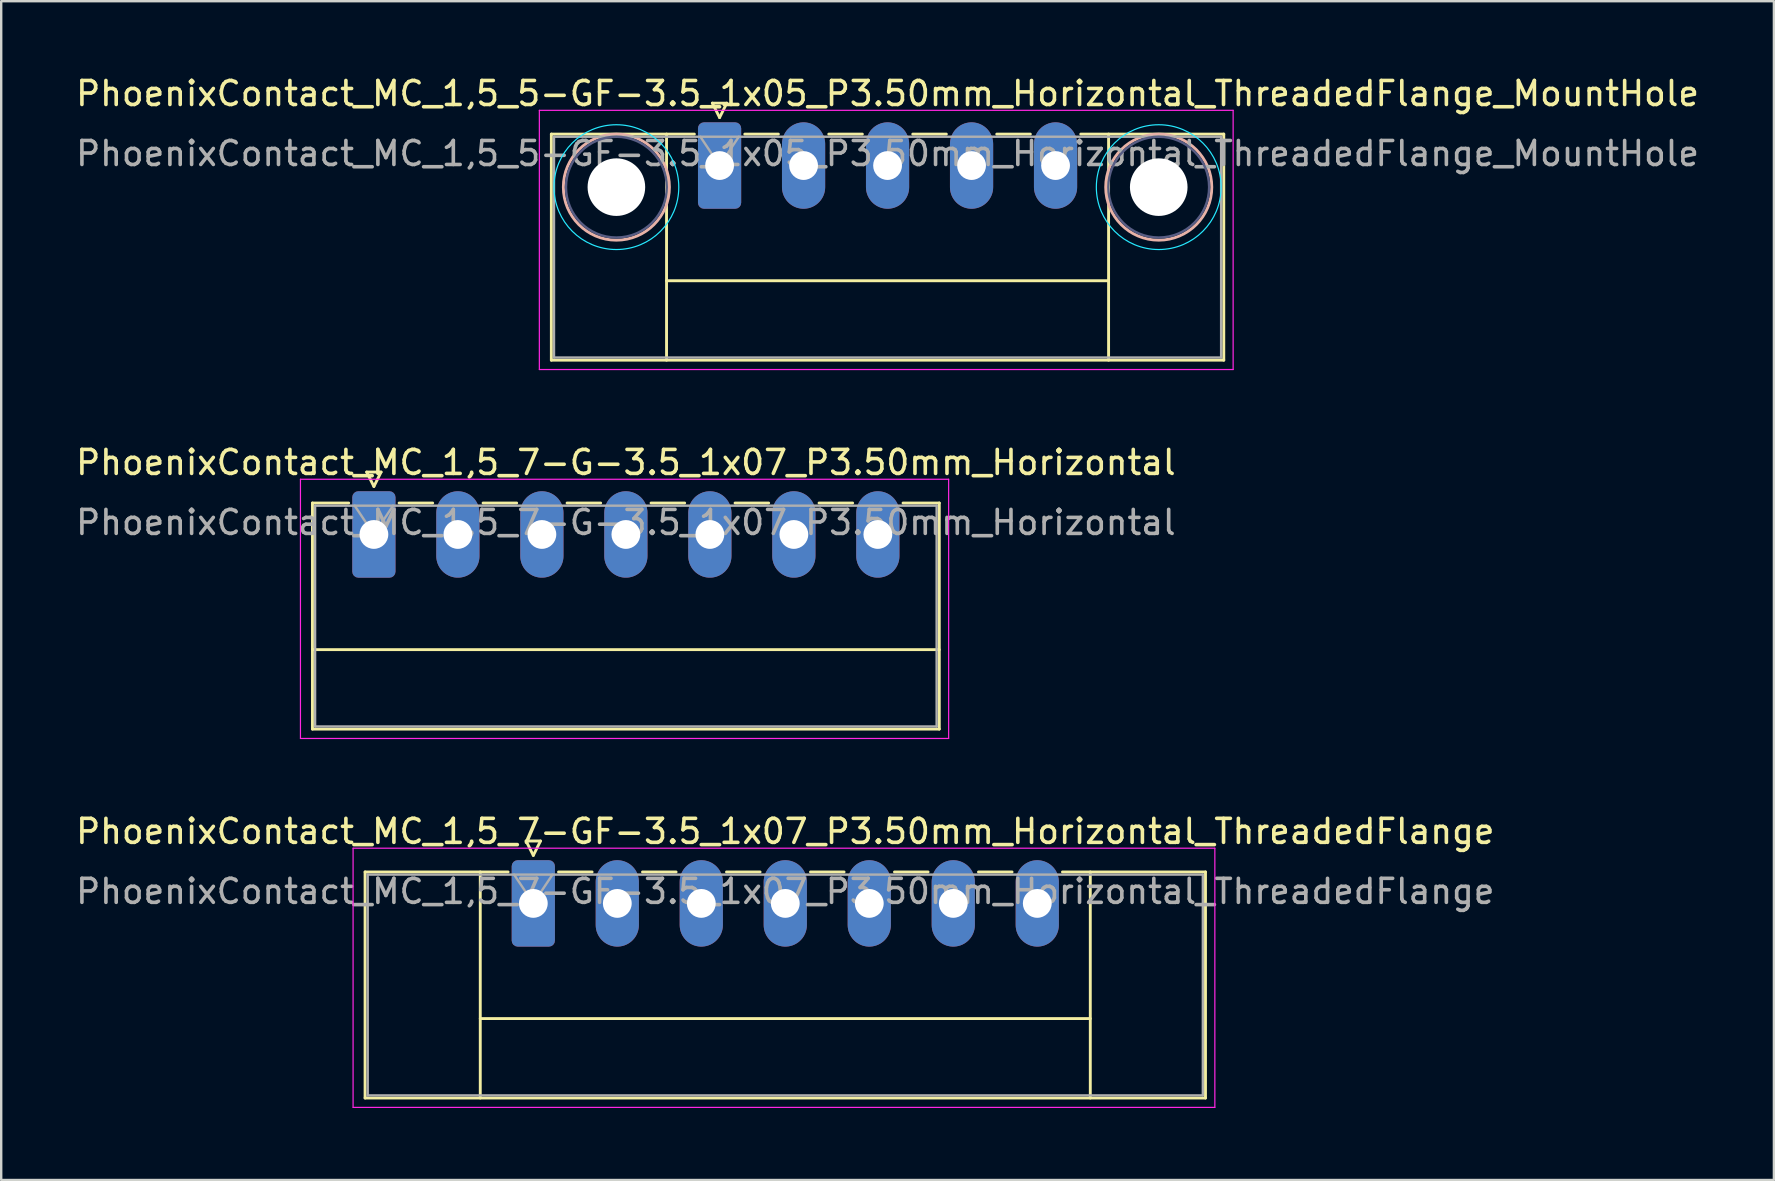
<source format=kicad_pcb>
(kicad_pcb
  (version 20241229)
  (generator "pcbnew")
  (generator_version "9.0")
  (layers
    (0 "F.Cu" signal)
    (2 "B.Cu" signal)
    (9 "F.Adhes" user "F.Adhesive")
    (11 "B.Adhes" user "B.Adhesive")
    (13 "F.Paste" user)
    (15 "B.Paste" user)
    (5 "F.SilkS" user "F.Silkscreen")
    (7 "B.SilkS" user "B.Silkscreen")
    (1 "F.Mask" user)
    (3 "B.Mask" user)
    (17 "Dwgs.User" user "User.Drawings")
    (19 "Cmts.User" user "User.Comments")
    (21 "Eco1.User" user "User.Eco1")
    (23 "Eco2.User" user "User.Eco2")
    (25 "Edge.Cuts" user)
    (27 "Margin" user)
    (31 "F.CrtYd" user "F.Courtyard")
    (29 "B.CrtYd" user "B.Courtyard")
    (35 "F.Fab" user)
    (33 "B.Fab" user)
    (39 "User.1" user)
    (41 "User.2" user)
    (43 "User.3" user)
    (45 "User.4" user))
  (footprint "PhoenixContact_MC_1,5_7-GF-3.5_1x07_P3.50mm_Horizontal_ThreadedFlange"
    (layer "F.Cu")
    (at 19.173 34.595)
    (property "Reference" "PhoenixContact_MC_1,5_7-GF-3.5_1x07_P3.50mm_Horizontal_ThreadedFlange" (at 10.5 -3 0) (layer "F.SilkS") (effects (font (size 1 1) (thickness 0.15))))
    (attr through_hole)
    (fp_line (start -7.01 -1.31) (end -7.01 8.11) (stroke (width 0.12) (type solid)) (layer "F.SilkS"))
    (fp_line (start -7.01 -1.31) (end -1.05 -1.31) (stroke (width 0.12) (type solid)) (layer "F.SilkS"))
    (fp_line (start -7.01 8.11) (end 28.01 8.11) (stroke (width 0.12) (type solid)) (layer "F.SilkS"))
    (fp_line (start -2.21 -1.31) (end -2.21 8.11) (stroke (width 0.12) (type solid)) (layer "F.SilkS"))
    (fp_line (start -2.21 4.8) (end 23.21 4.8) (stroke (width 0.12) (type solid)) (layer "F.SilkS"))
    (fp_line (start -0.3 -2.6) (end 0.3 -2.6) (stroke (width 0.12) (type solid)) (layer "F.SilkS"))
    (fp_line (start 0 -2) (end -0.3 -2.6) (stroke (width 0.12) (type solid)) (layer "F.SilkS"))
    (fp_line (start 0.3 -2.6) (end 0 -2) (stroke (width 0.12) (type solid)) (layer "F.SilkS"))
    (fp_line (start 1.05 -1.31) (end 2.45 -1.31) (stroke (width 0.12) (type solid)) (layer "F.SilkS"))
    (fp_line (start 4.55 -1.31) (end 5.95 -1.31) (stroke (width 0.12) (type solid)) (layer "F.SilkS"))
    (fp_line (start 8.05 -1.31) (end 9.45 -1.31) (stroke (width 0.12) (type solid)) (layer "F.SilkS"))
    (fp_line (start 11.55 -1.31) (end 12.95 -1.31) (stroke (width 0.12) (type solid)) (layer "F.SilkS"))
    (fp_line (start 15.05 -1.31) (end 16.45 -1.31) (stroke (width 0.12) (type solid)) (layer "F.SilkS"))
    (fp_line (start 18.55 -1.31) (end 19.95 -1.31) (stroke (width 0.12) (type solid)) (layer "F.SilkS"))
    (fp_line (start 23.21 -1.31) (end 23.21 8.11) (stroke (width 0.12) (type solid)) (layer "F.SilkS"))
    (fp_line (start 28.01 -1.31) (end 22.05 -1.31) (stroke (width 0.12) (type solid)) (layer "F.SilkS"))
    (fp_line (start 28.01 8.11) (end 28.01 -1.31) (stroke (width 0.12) (type solid)) (layer "F.SilkS"))
    (fp_line (start -7.51 -2.3) (end -7.51 8.5) (stroke (width 0.05) (type solid)) (layer "F.CrtYd"))
    (fp_line (start -7.51 8.5) (end 28.4 8.5) (stroke (width 0.05) (type solid)) (layer "F.CrtYd"))
    (fp_line (start 28.4 -2.3) (end -7.51 -2.3) (stroke (width 0.05) (type solid)) (layer "F.CrtYd"))
    (fp_line (start 28.4 8.5) (end 28.4 -2.3) (stroke (width 0.05) (type solid)) (layer "F.CrtYd"))
    (fp_line (start -6.9 -1.2) (end -6.9 8) (stroke (width 0.1) (type solid)) (layer "F.Fab"))
    (fp_line (start -6.9 8) (end 27.9 8) (stroke (width 0.1) (type solid)) (layer "F.Fab"))
    (fp_line (start 0 0) (end -0.8 -1.2) (stroke (width 0.1) (type solid)) (layer "F.Fab"))
    (fp_line (start 0.8 -1.2) (end 0 0) (stroke (width 0.1) (type solid)) (layer "F.Fab"))
    (fp_line (start 27.9 -1.2) (end -6.9 -1.2) (stroke (width 0.1) (type solid)) (layer "F.Fab"))
    (fp_line (start 27.9 8) (end 27.9 -1.2) (stroke (width 0.1) (type solid)) (layer "F.Fab"))
    (fp_text user "${REFERENCE}" (at 10.5 -0.5 0) (layer "F.Fab") (effects (font (size 1 1) (thickness 0.15))))
    (pad "1" thru_hole roundrect (at 0 0) (size 1.8 3.6) (drill 1.2) (layers "*.Cu" "*.Mask") (roundrect_rratio 0.139))
    (pad "2" thru_hole oval (at 3.5 0) (size 1.8 3.6) (drill 1.2) (layers "*.Cu" "*.Mask"))
    (pad "3" thru_hole oval (at 7 0) (size 1.8 3.6) (drill 1.2) (layers "*.Cu" "*.Mask"))
    (pad "4" thru_hole oval (at 10.5 0) (size 1.8 3.6) (drill 1.2) (layers "*.Cu" "*.Mask"))
    (pad "5" thru_hole oval (at 14 0) (size 1.8 3.6) (drill 1.2) (layers "*.Cu" "*.Mask"))
    (pad "6" thru_hole oval (at 17.5 0) (size 1.8 3.6) (drill 1.2) (layers "*.Cu" "*.Mask"))
    (pad "7" thru_hole oval (at 21 0) (size 1.8 3.6) (drill 1.2) (layers "*.Cu" "*.Mask")))
  (footprint "PhoenixContact_MC_1,5_7-G-3.5_1x07_P3.50mm_Horizontal"
    (layer "F.Cu")
    (at 12.53 19.221)
    (property "Reference" "PhoenixContact_MC_1,5_7-G-3.5_1x07_P3.50mm_Horizontal" (at 10.5 -3 0) (layer "F.SilkS") (effects (font (size 1 1) (thickness 0.15))))
    (attr through_hole)
    (fp_line (start -2.56 -1.31) (end -2.56 8.11) (stroke (width 0.12) (type solid)) (layer "F.SilkS"))
    (fp_line (start -2.56 -1.31) (end -1.05 -1.31) (stroke (width 0.12) (type solid)) (layer "F.SilkS"))
    (fp_line (start -2.56 4.8) (end 23.56 4.8) (stroke (width 0.12) (type solid)) (layer "F.SilkS"))
    (fp_line (start -2.56 8.11) (end 23.56 8.11) (stroke (width 0.12) (type solid)) (layer "F.SilkS"))
    (fp_line (start -0.3 -2.6) (end 0.3 -2.6) (stroke (width 0.12) (type solid)) (layer "F.SilkS"))
    (fp_line (start 0 -2) (end -0.3 -2.6) (stroke (width 0.12) (type solid)) (layer "F.SilkS"))
    (fp_line (start 0.3 -2.6) (end 0 -2) (stroke (width 0.12) (type solid)) (layer "F.SilkS"))
    (fp_line (start 1.05 -1.31) (end 2.45 -1.31) (stroke (width 0.12) (type solid)) (layer "F.SilkS"))
    (fp_line (start 4.55 -1.31) (end 5.95 -1.31) (stroke (width 0.12) (type solid)) (layer "F.SilkS"))
    (fp_line (start 8.05 -1.31) (end 9.45 -1.31) (stroke (width 0.12) (type solid)) (layer "F.SilkS"))
    (fp_line (start 11.55 -1.31) (end 12.95 -1.31) (stroke (width 0.12) (type solid)) (layer "F.SilkS"))
    (fp_line (start 15.05 -1.31) (end 16.45 -1.31) (stroke (width 0.12) (type solid)) (layer "F.SilkS"))
    (fp_line (start 18.55 -1.31) (end 19.95 -1.31) (stroke (width 0.12) (type solid)) (layer "F.SilkS"))
    (fp_line (start 23.56 -1.31) (end 22.05 -1.31) (stroke (width 0.12) (type solid)) (layer "F.SilkS"))
    (fp_line (start 23.56 8.11) (end 23.56 -1.31) (stroke (width 0.12) (type solid)) (layer "F.SilkS"))
    (fp_line (start -3.06 -2.3) (end -3.06 8.5) (stroke (width 0.05) (type solid)) (layer "F.CrtYd"))
    (fp_line (start -3.06 8.5) (end 23.95 8.5) (stroke (width 0.05) (type solid)) (layer "F.CrtYd"))
    (fp_line (start 23.95 -2.3) (end -3.06 -2.3) (stroke (width 0.05) (type solid)) (layer "F.CrtYd"))
    (fp_line (start 23.95 8.5) (end 23.95 -2.3) (stroke (width 0.05) (type solid)) (layer "F.CrtYd"))
    (fp_line (start -2.45 -1.2) (end -2.45 8) (stroke (width 0.1) (type solid)) (layer "F.Fab"))
    (fp_line (start -2.45 8) (end 23.45 8) (stroke (width 0.1) (type solid)) (layer "F.Fab"))
    (fp_line (start 0 0) (end -0.8 -1.2) (stroke (width 0.1) (type solid)) (layer "F.Fab"))
    (fp_line (start 0.8 -1.2) (end 0 0) (stroke (width 0.1) (type solid)) (layer "F.Fab"))
    (fp_line (start 23.45 -1.2) (end -2.45 -1.2) (stroke (width 0.1) (type solid)) (layer "F.Fab"))
    (fp_line (start 23.45 8) (end 23.45 -1.2) (stroke (width 0.1) (type solid)) (layer "F.Fab"))
    (fp_text user "${REFERENCE}" (at 10.5 -0.5 0) (layer "F.Fab") (effects (font (size 1 1) (thickness 0.15))))
    (pad "1" thru_hole roundrect (at 0 0) (size 1.8 3.6) (drill 1.2) (layers "*.Cu" "*.Mask") (roundrect_rratio 0.139))
    (pad "2" thru_hole oval (at 3.5 0) (size 1.8 3.6) (drill 1.2) (layers "*.Cu" "*.Mask"))
    (pad "3" thru_hole oval (at 7 0) (size 1.8 3.6) (drill 1.2) (layers "*.Cu" "*.Mask"))
    (pad "4" thru_hole oval (at 10.5 0) (size 1.8 3.6) (drill 1.2) (layers "*.Cu" "*.Mask"))
    (pad "5" thru_hole oval (at 14 0) (size 1.8 3.6) (drill 1.2) (layers "*.Cu" "*.Mask"))
    (pad "6" thru_hole oval (at 17.5 0) (size 1.8 3.6) (drill 1.2) (layers "*.Cu" "*.Mask"))
    (pad "7" thru_hole oval (at 21 0) (size 1.8 3.6) (drill 1.2) (layers "*.Cu" "*.Mask")))
  (footprint "PhoenixContact_MC_1,5_5-GF-3.5_1x05_P3.50mm_Horizontal_ThreadedFlange_MountHole"
    (layer "F.Cu")
    (at 26.935 3.848)
    (property "Reference" "PhoenixContact_MC_1,5_5-GF-3.5_1x05_P3.50mm_Horizontal_ThreadedFlange_MountHole" (at 7 -3 0) (layer "F.SilkS") (effects (font (size 1 1) (thickness 0.15))))
    (attr through_hole)
    (fp_line (start -7.01 -1.31) (end -7.01 8.11) (stroke (width 0.12) (type solid)) (layer "F.SilkS"))
    (fp_line (start -7.01 -1.31) (end -1.05 -1.31) (stroke (width 0.12) (type solid)) (layer "F.SilkS"))
    (fp_line (start -7.01 8.11) (end 21.01 8.11) (stroke (width 0.12) (type solid)) (layer "F.SilkS"))
    (fp_line (start -2.21 -1.31) (end -2.21 8.11) (stroke (width 0.12) (type solid)) (layer "F.SilkS"))
    (fp_line (start -2.21 4.8) (end 16.21 4.8) (stroke (width 0.12) (type solid)) (layer "F.SilkS"))
    (fp_line (start -0.3 -2.6) (end 0.3 -2.6) (stroke (width 0.12) (type solid)) (layer "F.SilkS"))
    (fp_line (start 0 -2) (end -0.3 -2.6) (stroke (width 0.12) (type solid)) (layer "F.SilkS"))
    (fp_line (start 0.3 -2.6) (end 0 -2) (stroke (width 0.12) (type solid)) (layer "F.SilkS"))
    (fp_line (start 1.05 -1.31) (end 2.45 -1.31) (stroke (width 0.12) (type solid)) (layer "F.SilkS"))
    (fp_line (start 4.55 -1.31) (end 5.95 -1.31) (stroke (width 0.12) (type solid)) (layer "F.SilkS"))
    (fp_line (start 8.05 -1.31) (end 9.45 -1.31) (stroke (width 0.12) (type solid)) (layer "F.SilkS"))
    (fp_line (start 11.55 -1.31) (end 12.95 -1.31) (stroke (width 0.12) (type solid)) (layer "F.SilkS"))
    (fp_line (start 16.21 -1.31) (end 16.21 8.11) (stroke (width 0.12) (type solid)) (layer "F.SilkS"))
    (fp_line (start 21.01 -1.31) (end 15.05 -1.31) (stroke (width 0.12) (type solid)) (layer "F.SilkS"))
    (fp_line (start 21.01 8.11) (end 21.01 -1.31) (stroke (width 0.12) (type solid)) (layer "F.SilkS"))
    (fp_circle (center -4.3 0.9) (end -2.09 0.9) (stroke (width 0.12) (type solid)) (fill no) (layer "B.SilkS"))
    (fp_circle (center 18.3 0.9) (end 20.51 0.9) (stroke (width 0.12) (type solid)) (fill no) (layer "B.SilkS"))
    (fp_circle (center -4.3 0.9) (end -1.7 0.9) (stroke (width 0.05) (type solid)) (fill no) (layer "B.CrtYd"))
    (fp_circle (center 18.3 0.9) (end 20.9 0.9) (stroke (width 0.05) (type solid)) (fill no) (layer "B.CrtYd"))
    (fp_line (start -7.51 -2.3) (end -7.51 8.5) (stroke (width 0.05) (type solid)) (layer "F.CrtYd"))
    (fp_line (start -7.51 8.5) (end 21.4 8.5) (stroke (width 0.05) (type solid)) (layer "F.CrtYd"))
    (fp_line (start 21.4 -2.3) (end -7.51 -2.3) (stroke (width 0.05) (type solid)) (layer "F.CrtYd"))
    (fp_line (start 21.4 8.5) (end 21.4 -2.3) (stroke (width 0.05) (type solid)) (layer "F.CrtYd"))
    (fp_circle (center -4.3 0.9) (end -2.2 0.9) (stroke (width 0.1) (type solid)) (fill no) (layer "B.Fab"))
    (fp_circle (center 18.3 0.9) (end 20.4 0.9) (stroke (width 0.1) (type solid)) (fill no) (layer "B.Fab"))
    (fp_line (start -6.9 -1.2) (end -6.9 8) (stroke (width 0.1) (type solid)) (layer "F.Fab"))
    (fp_line (start -6.9 8) (end 20.9 8) (stroke (width 0.1) (type solid)) (layer "F.Fab"))
    (fp_line (start 0 0) (end -0.8 -1.2) (stroke (width 0.1) (type solid)) (layer "F.Fab"))
    (fp_line (start 0.8 -1.2) (end 0 0) (stroke (width 0.1) (type solid)) (layer "F.Fab"))
    (fp_line (start 20.9 -1.2) (end -6.9 -1.2) (stroke (width 0.1) (type solid)) (layer "F.Fab"))
    (fp_line (start 20.9 8) (end 20.9 -1.2) (stroke (width 0.1) (type solid)) (layer "F.Fab"))
    (fp_text user "${REFERENCE}" (at 7 -0.5 0) (layer "F.Fab") (effects (font (size 1 1) (thickness 0.15))))
    (pad "" np_thru_hole circle (at -4.3 0.9) (size 2.4 2.4) (drill 2.4) (layers "*.Cu" "*.Mask"))
    (pad "" np_thru_hole circle (at 18.3 0.9) (size 2.4 2.4) (drill 2.4) (layers "*.Cu" "*.Mask"))
    (pad "1" thru_hole roundrect (at 0 0) (size 1.8 3.6) (drill 1.2) (layers "*.Cu" "*.Mask") (roundrect_rratio 0.139))
    (pad "2" thru_hole oval (at 3.5 0) (size 1.8 3.6) (drill 1.2) (layers "*.Cu" "*.Mask"))
    (pad "3" thru_hole oval (at 7 0) (size 1.8 3.6) (drill 1.2) (layers "*.Cu" "*.Mask"))
    (pad "4" thru_hole oval (at 10.5 0) (size 1.8 3.6) (drill 1.2) (layers "*.Cu" "*.Mask"))
    (pad "5" thru_hole oval (at 14 0) (size 1.8 3.6) (drill 1.2) (layers "*.Cu" "*.Mask")))
  (gr_rect
    (start -3 -3)
    (end 70.869 46.12)
    (stroke (width 0.1) (type default))
    (fill no)
    (layer "Edge.Cuts")))
</source>
